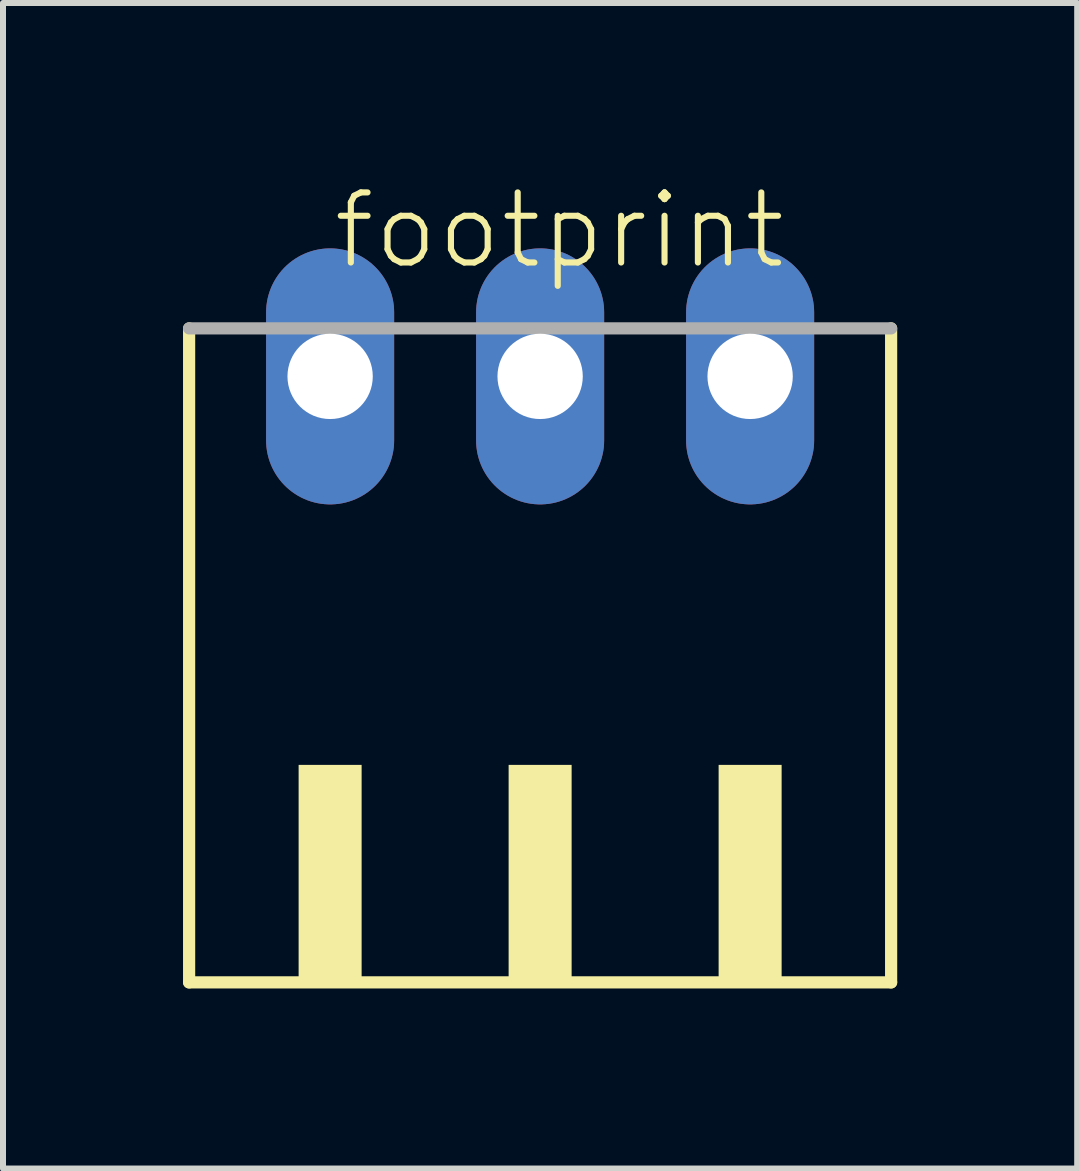
<source format=kicad_pcb>
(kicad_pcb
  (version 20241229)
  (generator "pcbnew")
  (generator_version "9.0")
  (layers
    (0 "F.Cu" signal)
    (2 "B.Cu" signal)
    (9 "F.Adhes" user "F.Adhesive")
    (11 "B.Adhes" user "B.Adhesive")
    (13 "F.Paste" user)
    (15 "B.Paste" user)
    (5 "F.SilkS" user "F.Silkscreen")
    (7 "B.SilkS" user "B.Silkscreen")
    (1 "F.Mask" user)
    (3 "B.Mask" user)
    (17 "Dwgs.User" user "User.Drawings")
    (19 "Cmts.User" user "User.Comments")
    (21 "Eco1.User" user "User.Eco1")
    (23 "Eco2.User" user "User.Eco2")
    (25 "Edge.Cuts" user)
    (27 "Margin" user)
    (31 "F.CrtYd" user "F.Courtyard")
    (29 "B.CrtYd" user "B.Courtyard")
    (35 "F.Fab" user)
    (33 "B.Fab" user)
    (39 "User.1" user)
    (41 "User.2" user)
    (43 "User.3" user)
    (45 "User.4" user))
  (footprint "footprint"
    (layer "F.Cu")
    (at 5.952 8.473)
    (property "Reference" "footprint" (at -3.5 -7 0) (layer "F.SilkS") (effects (font (size 1.168 1.168) (thickness 0.102)) (justify left bottom)))
    (fp_line (start -5.85 -6.05) (end -5.85 4.85) (stroke (width 0.203) (type solid)) (layer "F.SilkS"))
    (fp_line (start -5.85 4.85) (end 5.85 4.85) (stroke (width 0.203) (type solid)) (layer "F.SilkS"))
    (fp_line (start 5.85 4.85) (end 5.85 -6.05) (stroke (width 0.203) (type solid)) (layer "F.SilkS"))
    (fp_poly (pts (xy -4.025 4.9) (xy -2.975 4.9) (xy -2.975 1.225) (xy -4.025 1.225)) (stroke (width 0) (type solid)) (fill yes) (layer "F.SilkS"))
    (fp_poly (pts (xy -0.525 4.9) (xy 0.525 4.9) (xy 0.525 1.225) (xy -0.525 1.225)) (stroke (width 0) (type solid)) (fill yes) (layer "F.SilkS"))
    (fp_poly (pts (xy 2.975 4.9) (xy 4.025 4.9) (xy 4.025 1.225) (xy 2.975 1.225)) (stroke (width 0) (type solid)) (fill yes) (layer "F.SilkS"))
    (fp_line (start 5.85 -6.05) (end -5.85 -6.05) (stroke (width 0.203) (type solid)) (layer "F.Fab"))
    (pad "1" thru_hole oval (at -3.5 -5.25 90) (size 4.267 2.134) (drill 1.422) (layers "*.Cu" "*.Mask"))
    (pad "2" thru_hole oval (at 0 -5.25 90) (size 4.267 2.134) (drill 1.422) (layers "*.Cu" "*.Mask"))
    (pad "3" thru_hole oval (at 3.5 -5.25 90) (size 4.267 2.134) (drill 1.422) (layers "*.Cu" "*.Mask")))
  (gr_rect
    (start -3 -3)
    (end 14.903 16.425)
    (stroke (width 0.1) (type default))
    (fill no)
    (layer "Edge.Cuts")))
</source>
